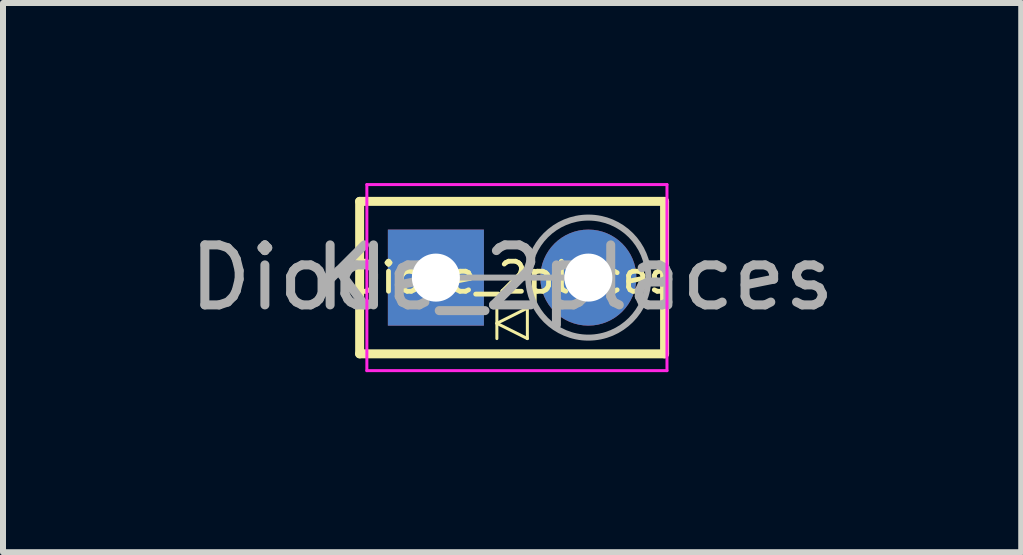
<source format=kicad_pcb>
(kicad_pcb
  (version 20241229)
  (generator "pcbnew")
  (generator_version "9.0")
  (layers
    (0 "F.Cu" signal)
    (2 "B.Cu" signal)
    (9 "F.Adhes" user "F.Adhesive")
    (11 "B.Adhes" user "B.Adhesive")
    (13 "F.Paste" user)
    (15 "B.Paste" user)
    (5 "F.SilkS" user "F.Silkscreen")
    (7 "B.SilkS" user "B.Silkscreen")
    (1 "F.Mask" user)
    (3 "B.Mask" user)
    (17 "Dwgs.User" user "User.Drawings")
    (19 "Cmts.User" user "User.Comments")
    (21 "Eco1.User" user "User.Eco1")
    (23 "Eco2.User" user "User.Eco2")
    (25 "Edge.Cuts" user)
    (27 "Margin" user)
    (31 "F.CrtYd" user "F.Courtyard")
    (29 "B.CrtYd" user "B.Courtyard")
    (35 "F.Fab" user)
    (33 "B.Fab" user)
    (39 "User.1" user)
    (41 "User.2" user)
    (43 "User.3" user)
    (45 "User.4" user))
  (footprint "Diode_2places"
    (layer "F.Cu")
    (at 4.212 1.575)
    (property "Reference" "Diode_2places" (at 1.27 0 0) (layer "F.SilkS") (effects (font (size 0.5 0.5) (thickness 0.08))))
    (attr through_hole)
    (fp_line (start -1.27 -1.27) (end 3.81 -1.27) (stroke (width 0.15) (type solid)) (layer "F.SilkS"))
    (fp_line (start -1.27 1.27) (end -1.27 -1.27) (stroke (width 0.15) (type solid)) (layer "F.SilkS"))
    (fp_line (start 1.016 0.508) (end 1.016 1.016) (stroke (width 0.05) (type solid)) (layer "F.SilkS"))
    (fp_line (start 1.016 0.762) (end 1.524 0.508) (stroke (width 0.05) (type solid)) (layer "F.SilkS"))
    (fp_line (start 1.524 0.508) (end 1.524 1.016) (stroke (width 0.05) (type solid)) (layer "F.SilkS"))
    (fp_line (start 1.524 1.016) (end 1.016 0.762) (stroke (width 0.05) (type solid)) (layer "F.SilkS"))
    (fp_line (start 3.81 -1.27) (end 3.81 1.27) (stroke (width 0.15) (type solid)) (layer "F.SilkS"))
    (fp_line (start 3.81 1.27) (end -1.27 1.27) (stroke (width 0.15) (type solid)) (layer "F.SilkS"))
    (fp_line (start -1.15 -1.55) (end -1.15 1.55) (stroke (width 0.05) (type solid)) (layer "F.CrtYd"))
    (fp_line (start -1.15 1.55) (end 3.85 1.55) (stroke (width 0.05) (type solid)) (layer "F.CrtYd"))
    (fp_line (start 3.85 -1.55) (end -1.15 -1.55) (stroke (width 0.05) (type solid)) (layer "F.CrtYd"))
    (fp_line (start 3.85 1.55) (end 3.85 -1.55) (stroke (width 0.05) (type solid)) (layer "F.CrtYd"))
    (fp_line (start 0 0) (end 2.54 0) (stroke (width 0.1) (type solid)) (layer "F.Fab"))
    (fp_circle (center 2.54 0) (end 3.54 0) (stroke (width 0.1) (type solid)) (fill no) (layer "F.Fab"))
    (fp_text user "K" (at -1.5 0 0) (layer "F.Fab") (effects (font (size 1 1) (thickness 0.15))))
    (fp_text user "${REFERENCE}" (at 1.27 0 0) (layer "F.Fab") (effects (font (size 1 1) (thickness 0.15))))
    (pad "1" thru_hole rect (at 0 0) (size 1.6 1.6) (drill 0.8) (layers "*.Cu" "*.Mask"))
    (pad "2" thru_hole oval (at 2.54 0) (size 1.6 1.6) (drill 0.8) (layers "*.Cu" "*.Mask")))
  (gr_rect
    (start -3 -3)
    (end 13.964 6.15)
    (stroke (width 0.1) (type default))
    (fill no)
    (layer "Edge.Cuts")))
</source>
